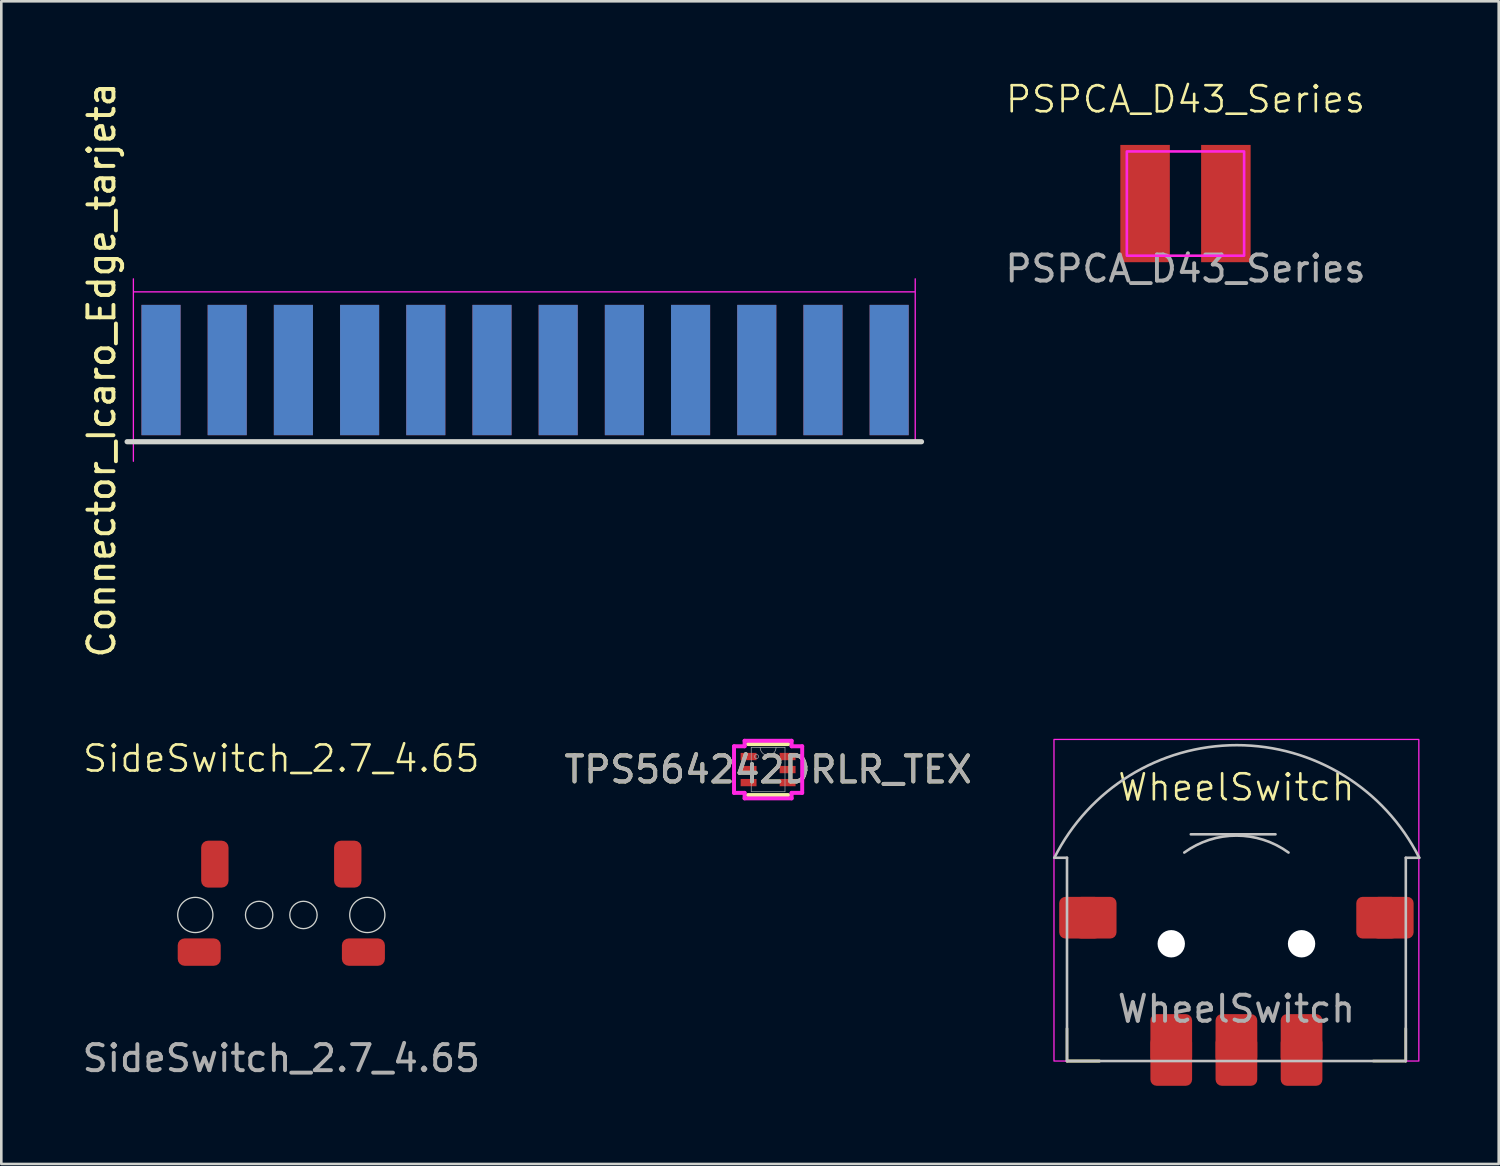
<source format=kicad_pcb>
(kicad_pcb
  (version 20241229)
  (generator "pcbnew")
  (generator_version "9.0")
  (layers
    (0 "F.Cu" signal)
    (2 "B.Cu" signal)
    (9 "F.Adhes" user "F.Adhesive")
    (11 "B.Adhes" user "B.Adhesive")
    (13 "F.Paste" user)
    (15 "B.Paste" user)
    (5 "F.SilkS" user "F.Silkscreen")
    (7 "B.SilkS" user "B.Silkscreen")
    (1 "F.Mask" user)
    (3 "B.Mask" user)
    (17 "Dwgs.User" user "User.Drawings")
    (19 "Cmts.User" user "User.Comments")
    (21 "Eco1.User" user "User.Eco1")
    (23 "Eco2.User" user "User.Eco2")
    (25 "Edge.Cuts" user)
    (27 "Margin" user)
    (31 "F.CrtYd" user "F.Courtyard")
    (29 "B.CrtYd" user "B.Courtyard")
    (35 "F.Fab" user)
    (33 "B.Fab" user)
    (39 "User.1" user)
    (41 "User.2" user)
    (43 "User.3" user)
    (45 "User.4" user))
  (footprint "SideSwitch_2.7_4.65"
    (layer "F.Cu")
    (at 7.744 32.058)
    (property "Reference" "SideSwitch_2.7_4.65" (at 0 -6 0) (unlocked yes) (layer "F.SilkS") (effects (font (size 1 1) (thickness 0.1))))
    (attr smd)
    (fp_circle (center -3.3 0) (end -2.625 0) (stroke (width 0.05) (type default)) (fill no) (layer "Edge.Cuts"))
    (fp_circle (center -0.85 0) (end -0.325 0) (stroke (width 0.05) (type default)) (fill no) (layer "Edge.Cuts"))
    (fp_circle (center 0.85 0) (end 1.375 0) (stroke (width 0.05) (type default)) (fill no) (layer "Edge.Cuts"))
    (fp_circle (center 3.3 0) (end 3.975 0) (stroke (width 0.05) (type default)) (fill no) (layer "Edge.Cuts"))
    (fp_text user "${REFERENCE}" (at 0 5.5 0) (unlocked yes) (layer "F.Fab") (effects (font (size 1 1) (thickness 0.15))))
    (pad "" smd roundrect (at -3.15 1.425 180) (size 1.65 1.05) (layers "F.Cu" "F.Mask" "F.Paste") (roundrect_rratio 0.25))
    (pad "" smd roundrect (at 3.15 1.425 180) (size 1.65 1.05) (layers "F.Cu" "F.Mask" "F.Paste") (roundrect_rratio 0.25))
    (pad "1" smd roundrect (at -2.55 -1.95 90) (size 1.8 1.05) (layers "F.Cu" "F.Mask" "F.Paste") (roundrect_rratio 0.25))
    (pad "2" smd roundrect (at 2.55 -1.95 90) (size 1.8 1.05) (layers "F.Cu" "F.Mask" "F.Paste") (roundrect_rratio 0.25)))
  (footprint "WheelSwitch"
    (layer "F.Cu")
    (at 44.392 33.163)
    (property "Reference" "WheelSwitch" (at 0 -6 0) (unlocked yes) (layer "F.SilkS") (effects (font (size 1 1) (thickness 0.1))))
    (attr through_hole)
    (fp_line (start -6.5 4.5) (end -6.5 3.25) (stroke (width 0.1) (type default)) (layer "F.SilkS"))
    (fp_line (start -6.5 4.5) (end -5.25 4.5) (stroke (width 0.1) (type default)) (layer "F.SilkS"))
    (fp_line (start -5.25 4.5) (end -6.5 4.5) (stroke (width 0.1) (type default)) (layer "F.SilkS"))
    (fp_line (start 5.25 4.5) (end 6.5 4.5) (stroke (width 0.1) (type default)) (layer "F.SilkS"))
    (fp_line (start 6.5 4.5) (end 6.5 3.25) (stroke (width 0.1) (type default)) (layer "F.SilkS"))
    (fp_line (start -6.985 -3.3) (end -6.5 -3.3) (stroke (width 0.1) (type default)) (layer "Dwgs.User"))
    (fp_line (start -6.5 4.5) (end -6.5 -3.3) (stroke (width 0.1) (type default)) (layer "Dwgs.User"))
    (fp_line (start -6.5 4.5) (end 6.5 4.5) (stroke (width 0.1) (type default)) (layer "Dwgs.User"))
    (fp_line (start -1.75 -4.2) (end 1.5 -4.2) (stroke (width 0.1) (type default)) (layer "Dwgs.User"))
    (fp_line (start 6.5 -3.3) (end 6.5 4.5) (stroke (width 0.1) (type default)) (layer "Dwgs.User"))
    (fp_line (start 7.015 -3.3) (end 6.5 -3.3) (stroke (width 0.1) (type default)) (layer "Dwgs.User"))
    (fp_arc (start -6.984585 -3.3) (mid 0.015415 -7.619888) (end 7.015415 -3.3) (stroke (width 0.1) (type solid)) (layer "Dwgs.User"))
    (fp_arc (start -2 -3.5) (mid 0 -4.150368) (end 2 -3.5) (stroke (width 0.1) (type default)) (layer "Dwgs.User"))
    (fp_rect (start -7 -7.84) (end 7 4.5) (stroke (width 0.05) (type solid)) (fill no) (layer "F.CrtYd"))
    (fp_text user "${REFERENCE}" (at 0 2.5 0) (unlocked yes) (layer "F.Fab") (effects (font (size 1 1) (thickness 0.15))))
    (pad "" np_thru_hole circle (at -2.5 0) (size 1.05 1.05) (drill 1.05) (layers "*.Cu" "*.Mask"))
    (pad "" np_thru_hole circle (at 2.5 0) (size 1.05 1.05) (drill 1.05) (layers "*.Cu" "*.Mask"))
    (pad "1" smd roundrect (at -6 -1) (size 1.6 1.6) (layers "F.Cu" "F.Mask" "F.Paste") (roundrect_rratio 0.15))
    (pad "1" smd roundrect (at -5.4 -1) (size 1.6 1.6) (layers "F.Cu" "F.Mask" "F.Paste") (roundrect_rratio 0.15))
    (pad "1" smd roundrect (at 5.4 -1) (size 1.6 1.6) (layers "F.Cu" "F.Mask" "F.Paste") (roundrect_rratio 0.15))
    (pad "1" smd roundrect (at 6 -1) (size 1.6 1.6) (layers "F.Cu" "F.Mask" "F.Paste") (roundrect_rratio 0.15))
    (pad "2" smd roundrect (at -2.5 3.65) (size 1.6 1.9) (layers "F.Cu" "F.Mask" "F.Paste") (roundrect_rratio 0.15))
    (pad "2" smd roundrect (at -2.5 4.5) (size 1.6 1.9) (layers "F.Cu" "F.Mask" "F.Paste") (roundrect_rratio 0.15))
    (pad "3" smd roundrect (at 0 3.65) (size 1.6 1.9) (layers "F.Cu" "F.Mask" "F.Paste") (roundrect_rratio 0.15))
    (pad "3" smd roundrect (at 0 4.5) (size 1.6 1.9) (layers "F.Cu" "F.Mask" "F.Paste") (roundrect_rratio 0.15))
    (pad "4" smd roundrect (at 2.5 3.65) (size 1.6 1.9) (layers "F.Cu" "F.Mask" "F.Paste") (roundrect_rratio 0.15))
    (pad "4" smd roundrect (at 2.5 4.5) (size 1.6 1.9) (layers "F.Cu" "F.Mask" "F.Paste") (roundrect_rratio 0.15)))
  (footprint "PSPCA_D43_Series"
    (layer "F.Cu")
    (at 42.438 4.761)
    (property "Reference" "PSPCA_D43_Series" (at 0 -4 0) (unlocked yes) (layer "F.SilkS") (effects (font (size 1 1) (thickness 0.1))))
    (attr smd)
    (fp_rect (start -2.25 -2) (end 2.25 2) (stroke (width 0.1) (type solid)) (fill no) (layer "F.CrtYd"))
    (fp_text user "${REFERENCE}" (at 0 2.5 0) (unlocked yes) (layer "F.Fab") (effects (font (size 1 1) (thickness 0.15))))
    (pad "1" smd rect (at -1.55 0 90) (size 4.5 1.9) (layers "F.Cu" "F.Mask" "F.Paste"))
    (pad "2" smd rect (at 1.55 0 90) (size 4.5 1.9) (layers "F.Cu" "F.Mask" "F.Paste")))
  (footprint "Connector_Icaro_Edge_tarjeta"
    (layer "F.Cu")
    (at 17.068 11.149)
    (property "Reference" "Connector_Icaro_Edge_tarjeta" (at -16.22 0 90) (layer "F.SilkS") (effects (font (size 1 1) (thickness 0.15))))
    (attr smd)
    (fp_line (start -15.24 2.75) (end 15.24 2.75) (stroke (width 0.2) (type default)) (layer "Edge.Cuts"))
    (fp_line (start -15 3.5) (end -15 -3.5) (stroke (width 0.05) (type default)) (layer "F.CrtYd"))
    (fp_line (start -14.97 -3) (end 14.97 -3) (stroke (width 0.05) (type default)) (layer "F.CrtYd"))
    (fp_line (start 15 -3.5) (end 15 2.75) (stroke (width 0.05) (type default)) (layer "F.CrtYd"))
    (pad "1" smd rect (at -13.94 0) (size 1.5 5) (layers "F.Cu" "F.Mask" "F.Paste"))
    (pad "2" smd rect (at -13.94 0 180) (size 1.5 5) (layers "B.Cu" "B.Mask" "B.Paste"))
    (pad "3" smd rect (at -11.4 0) (size 1.5 5) (layers "F.Cu" "F.Mask" "F.Paste"))
    (pad "4" smd rect (at -11.4 0 180) (size 1.5 5) (layers "B.Cu" "B.Mask" "B.Paste"))
    (pad "5" smd rect (at -8.86 0) (size 1.5 5) (layers "F.Cu" "F.Mask" "F.Paste"))
    (pad "6" smd rect (at -8.86 0 180) (size 1.5 5) (layers "B.Cu" "B.Mask" "B.Paste"))
    (pad "7" smd rect (at -6.32 0) (size 1.5 5) (layers "F.Cu" "F.Mask" "F.Paste"))
    (pad "8" smd rect (at -6.32 0 180) (size 1.5 5) (layers "B.Cu" "B.Mask" "B.Paste"))
    (pad "9" smd rect (at -3.78 0) (size 1.5 5) (layers "F.Cu" "F.Mask" "F.Paste"))
    (pad "10" smd rect (at -3.78 0 180) (size 1.5 5) (layers "B.Cu" "B.Mask" "B.Paste"))
    (pad "11" smd rect (at -1.24 0) (size 1.5 5) (layers "F.Cu" "F.Mask" "F.Paste"))
    (pad "12" smd rect (at -1.24 0 180) (size 1.5 5) (layers "B.Cu" "B.Mask" "B.Paste"))
    (pad "13" smd rect (at 1.3 0) (size 1.5 5) (layers "F.Cu" "F.Mask" "F.Paste"))
    (pad "14" smd rect (at 1.3 0 180) (size 1.5 5) (layers "B.Cu" "B.Mask" "B.Paste"))
    (pad "15" smd rect (at 3.84 0) (size 1.5 5) (layers "F.Cu" "F.Mask" "F.Paste"))
    (pad "16" smd rect (at 3.84 0 180) (size 1.5 5) (layers "B.Cu" "B.Mask" "B.Paste"))
    (pad "17" smd rect (at 6.38 0) (size 1.5 5) (layers "F.Cu" "F.Mask" "F.Paste"))
    (pad "18" smd rect (at 6.38 0 180) (size 1.5 5) (layers "B.Cu" "B.Mask" "B.Paste"))
    (pad "19" smd rect (at 8.92 0) (size 1.5 5) (layers "F.Cu" "F.Mask" "F.Paste"))
    (pad "20" smd rect (at 8.92 0 180) (size 1.5 5) (layers "B.Cu" "B.Mask" "B.Paste"))
    (pad "21" smd rect (at 11.46 0) (size 1.5 5) (layers "F.Cu" "F.Mask" "F.Paste"))
    (pad "22" smd rect (at 11.46 0 180) (size 1.5 5) (layers "B.Cu" "B.Mask" "B.Paste"))
    (pad "23" smd rect (at 14 0) (size 1.5 5) (layers "F.Cu" "F.Mask" "F.Paste"))
    (pad "24" smd rect (at 14 0 180) (size 1.5 5) (layers "B.Cu" "B.Mask" "B.Paste")))
  (footprint "TPS564242DRLR_TEX"
    (layer "F.Cu")
    (at 26.423 26.479)
    (property "Reference" "TPS564242DRLR_TEX" (at 0 0 0) (unlocked yes) (layer "F.SilkS") (effects (font (size 1 1) (thickness 0.15))))
    (attr smd)
    (fp_line (start -0.775 0.978) (end 0.775 0.978) (stroke (width 0.152) (type solid)) (layer "F.SilkS"))
    (fp_line (start 0.775 -0.978) (end -0.775 -0.978) (stroke (width 0.152) (type solid)) (layer "F.SilkS"))
    (fp_line (start -1.308 -0.894) (end -0.902 -0.894) (stroke (width 0.152) (type solid)) (layer "F.CrtYd"))
    (fp_line (start -1.308 0.894) (end -1.308 -0.894) (stroke (width 0.152) (type solid)) (layer "F.CrtYd"))
    (fp_line (start -0.902 -1.105) (end 0.902 -1.105) (stroke (width 0.152) (type solid)) (layer "F.CrtYd"))
    (fp_line (start -0.902 -0.894) (end -0.902 -1.105) (stroke (width 0.152) (type solid)) (layer "F.CrtYd"))
    (fp_line (start -0.902 0.894) (end -1.308 0.894) (stroke (width 0.152) (type solid)) (layer "F.CrtYd"))
    (fp_line (start -0.902 1.105) (end -0.902 0.894) (stroke (width 0.152) (type solid)) (layer "F.CrtYd"))
    (fp_line (start 0.902 -1.105) (end 0.902 -0.894) (stroke (width 0.152) (type solid)) (layer "F.CrtYd"))
    (fp_line (start 0.902 -0.894) (end 1.308 -0.894) (stroke (width 0.152) (type solid)) (layer "F.CrtYd"))
    (fp_line (start 0.902 0.894) (end 0.902 1.105) (stroke (width 0.152) (type solid)) (layer "F.CrtYd"))
    (fp_line (start 0.902 1.105) (end -0.902 1.105) (stroke (width 0.152) (type solid)) (layer "F.CrtYd"))
    (fp_line (start 1.308 -0.894) (end 1.308 0.894) (stroke (width 0.152) (type solid)) (layer "F.CrtYd"))
    (fp_line (start 1.308 0.894) (end 0.902 0.894) (stroke (width 0.152) (type solid)) (layer "F.CrtYd"))
    (fp_line (start -0.648 -0.851) (end -0.648 0.851) (stroke (width 0.025) (type solid)) (layer "F.Fab"))
    (fp_line (start -0.648 0.851) (end 0.648 0.851) (stroke (width 0.025) (type solid)) (layer "F.Fab"))
    (fp_line (start 0.648 -0.851) (end -0.648 -0.851) (stroke (width 0.025) (type solid)) (layer "F.Fab"))
    (fp_line (start 0.648 0.851) (end 0.648 -0.851) (stroke (width 0.025) (type solid)) (layer "F.Fab"))
    (fp_arc (start 0.3048 -0.8509) (mid 0 -0.5461) (end -0.3048 -0.8509) (stroke (width 0.0254) (type solid)) (layer "F.Fab"))
    (fp_circle (center -0.445 -0.5) (end -0.368 -0.5) (stroke (width 0.025) (type solid)) (fill no) (layer "F.Fab"))
    (fp_text user "${REFERENCE}" (at 0 0 0) (unlocked yes) (layer "F.Fab") (effects (font (size 1 1) (thickness 0.15))))
    (pad "1" smd rect (at -0.749 -0.5) (size 0.61 0.279) (layers "F.Cu" "F.Mask" "F.Paste"))
    (pad "2" smd rect (at -0.749 0) (size 0.61 0.279) (layers "F.Cu" "F.Mask" "F.Paste"))
    (pad "3" smd rect (at -0.749 0.5) (size 0.61 0.279) (layers "F.Cu" "F.Mask" "F.Paste"))
    (pad "4" smd rect (at 0.749 0.5) (size 0.61 0.279) (layers "F.Cu" "F.Mask" "F.Paste"))
    (pad "5" smd rect (at 0.749 0) (size 0.61 0.279) (layers "F.Cu" "F.Mask" "F.Paste"))
    (pad "6" smd rect (at 0.749 -0.5) (size 0.61 0.279) (layers "F.Cu" "F.Mask" "F.Paste")))
  (gr_rect
    (start -3 -3)
    (end 54.457 41.613)
    (stroke (width 0.1) (type default))
    (fill no)
    (layer "Edge.Cuts")))
</source>
